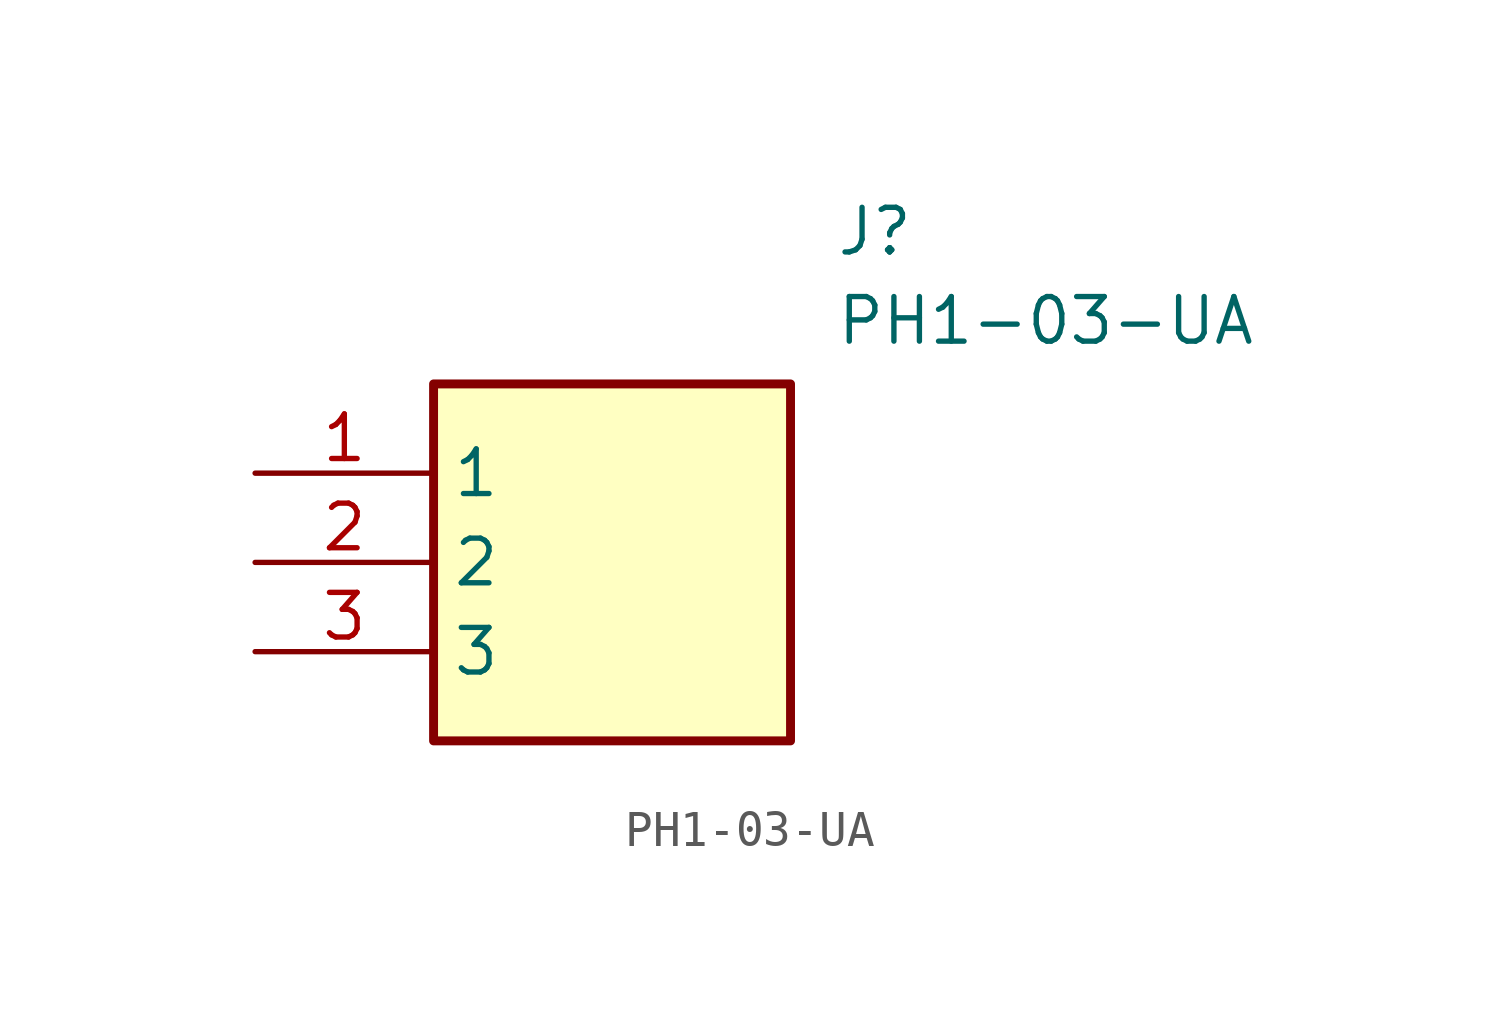
<source format=kicad_sym>
(kicad_symbol_lib
  (version 20211014)
  (generator SamacSys_ECAD_Model)
  (symbol "PH1-03-UA"
    (property "Reference" "J"
      (at 16.51 7.62 0)
      (effects (font (size 1.27 1.27)) (justify left top)))
    (property "Value" "PH1-03-UA"
      (at 16.51 5.08 0)
      (effects (font (size 1.27 1.27)) (justify left top)))
    (rectangle
      (start 5.08 2.54)
      (end 15.24 -7.62)
      (stroke (width 0.254) (type default))
      (fill (type background)))
    (pin passive line
      (at 0 0 0)
      (length 5.08)
      (name "1" (effects (font (size 1.27 1.27))))
      (number "1" (effects (font (size 1.27 1.27)))))
    (pin passive line
      (at 0 -2.54 0)
      (length 5.08)
      (name "2" (effects (font (size 1.27 1.27))))
      (number "2" (effects (font (size 1.27 1.27)))))
    (pin passive line
      (at 0 -5.08 0)
      (length 5.08)
      (name "3" (effects (font (size 1.27 1.27))))
      (number "3" (effects (font (size 1.27 1.27)))))))
</source>
